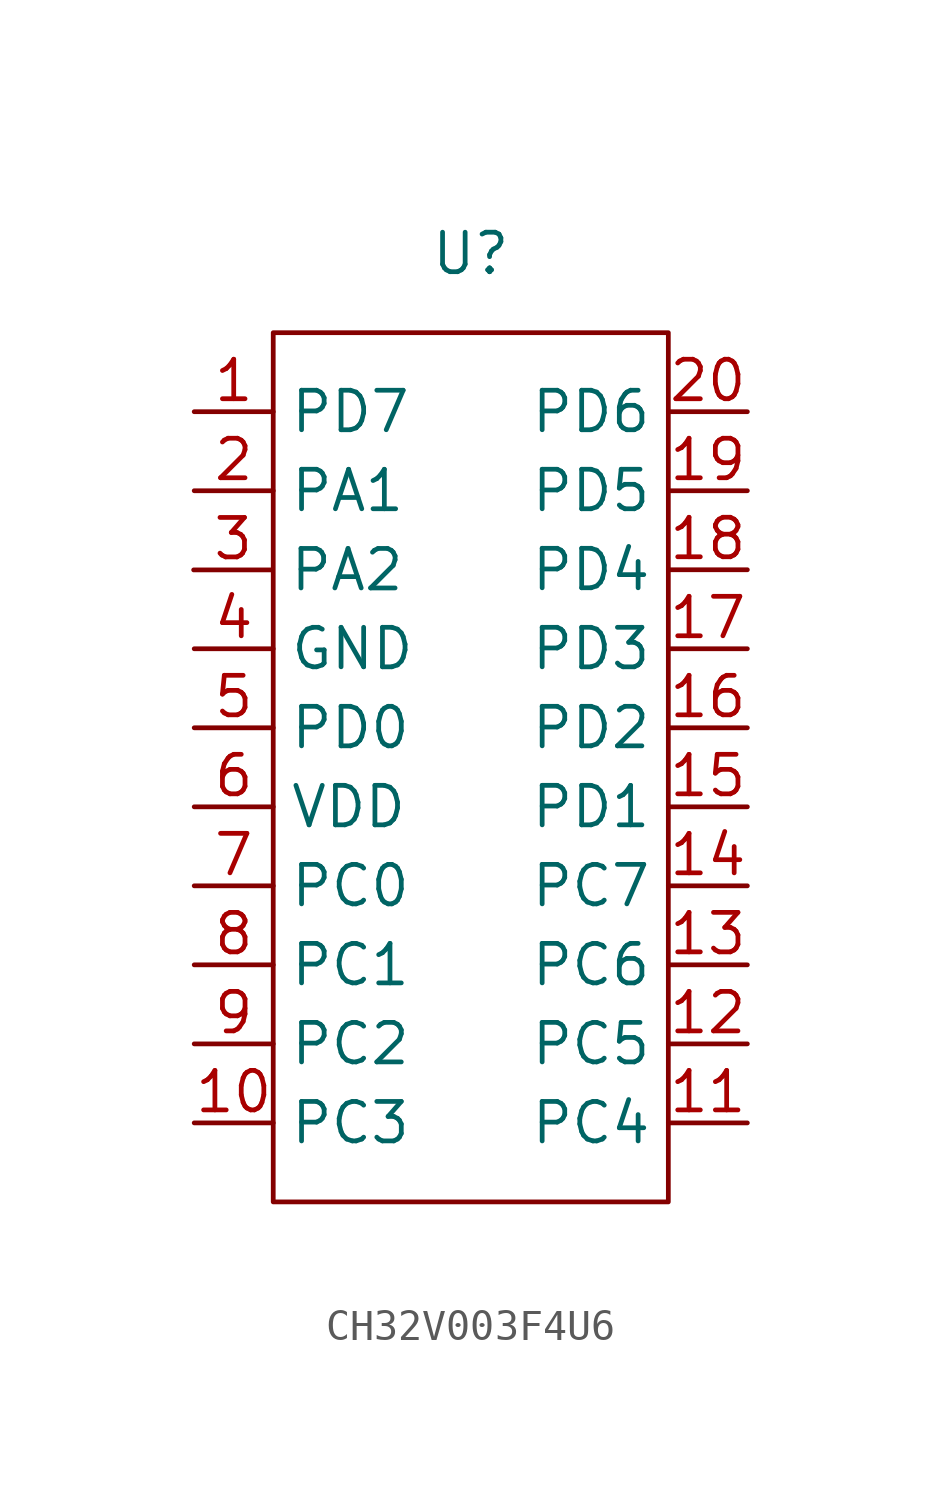
<source format=kicad_sym>
(kicad_symbol_lib
  (version 20220914)
  (generator kicad_symbol_editor)
  (symbol "CH32V003F4U6"
    (property "Reference" "U"
      (at 0 0 0)
      (effects (font (size 1.27 1.27))))
    (property "Value" ""
      (at 0 0 0)
      (effects (font (size 1.27 1.27))))
    (symbol "CH32V003F4U6_0_1"
      (rectangle (start -6.35 -2.54) (end 6.35 -30.48) (stroke (width 0) (type default)) (fill (type none))))
    (symbol "CH32V003F4U6_1_1"
      (pin bidirectional line (at -8.89 -5.08 0) (length 2.54) (name "PD7" (effects (font (size 1.27 1.27)))) (number "1" (effects (font (size 1.27 1.27)))))
      (pin bidirectional line (at -8.89 -27.94 0) (length 2.54) (name "PC3" (effects (font (size 1.27 1.27)))) (number "10" (effects (font (size 1.27 1.27)))))
      (pin bidirectional line (at 8.89 -27.94 180) (length 2.54) (name "PC4" (effects (font (size 1.27 1.27)))) (number "11" (effects (font (size 1.27 1.27)))))
      (pin bidirectional line (at 8.89 -25.4 180) (length 2.54) (name "PC5" (effects (font (size 1.27 1.27)))) (number "12" (effects (font (size 1.27 1.27)))))
      (pin bidirectional line (at 8.89 -22.86 180) (length 2.54) (name "PC6" (effects (font (size 1.27 1.27)))) (number "13" (effects (font (size 1.27 1.27)))))
      (pin bidirectional line (at 8.89 -20.32 180) (length 2.54) (name "PC7" (effects (font (size 1.27 1.27)))) (number "14" (effects (font (size 1.27 1.27)))))
      (pin bidirectional line (at 8.89 -17.78 180) (length 2.54) (name "PD1" (effects (font (size 1.27 1.27)))) (number "15" (effects (font (size 1.27 1.27)))))
      (pin bidirectional line (at 8.89 -15.24 180) (length 2.54) (name "PD2" (effects (font (size 1.27 1.27)))) (number "16" (effects (font (size 1.27 1.27)))))
      (pin bidirectional line (at 8.89 -12.7 180) (length 2.54) (name "PD3" (effects (font (size 1.27 1.27)))) (number "17" (effects (font (size 1.27 1.27)))))
      (pin bidirectional line (at 8.89 -10.16 180) (length 2.54) (name "PD4" (effects (font (size 1.27 1.27)))) (number "18" (effects (font (size 1.27 1.27)))))
      (pin bidirectional line (at 8.89 -7.62 180) (length 2.54) (name "PD5" (effects (font (size 1.27 1.27)))) (number "19" (effects (font (size 1.27 1.27)))))
      (pin bidirectional line (at -8.89 -7.62 0) (length 2.54) (name "PA1" (effects (font (size 1.27 1.27)))) (number "2" (effects (font (size 1.27 1.27)))))
      (pin bidirectional line (at 8.89 -5.08 180) (length 2.54) (name "PD6" (effects (font (size 1.27 1.27)))) (number "20" (effects (font (size 1.27 1.27)))))
      (pin bidirectional line (at -8.908 -10.165 0) (length 2.54) (name "PA2" (effects (font (size 1.27 1.27)))) (number "3" (effects (font (size 1.27 1.27)))))
      (pin bidirectional line (at -8.89 -12.7 0) (length 2.54) (name "GND" (effects (font (size 1.27 1.27)))) (number "4" (effects (font (size 1.27 1.27)))))
      (pin bidirectional line (at -8.89 -15.24 0) (length 2.54) (name "PD0" (effects (font (size 1.27 1.27)))) (number "5" (effects (font (size 1.27 1.27)))))
      (pin bidirectional line (at -8.89 -17.78 0) (length 2.54) (name "VDD" (effects (font (size 1.27 1.27)))) (number "6" (effects (font (size 1.27 1.27)))))
      (pin bidirectional line (at -8.89 -20.32 0) (length 2.54) (name "PC0" (effects (font (size 1.27 1.27)))) (number "7" (effects (font (size 1.27 1.27)))))
      (pin bidirectional line (at -8.89 -22.86 0) (length 2.54) (name "PC1" (effects (font (size 1.27 1.27)))) (number "8" (effects (font (size 1.27 1.27)))))
      (pin bidirectional line (at -8.89 -25.4 0) (length 2.54) (name "PC2" (effects (font (size 1.27 1.27)))) (number "9" (effects (font (size 1.27 1.27))))))))
</source>
